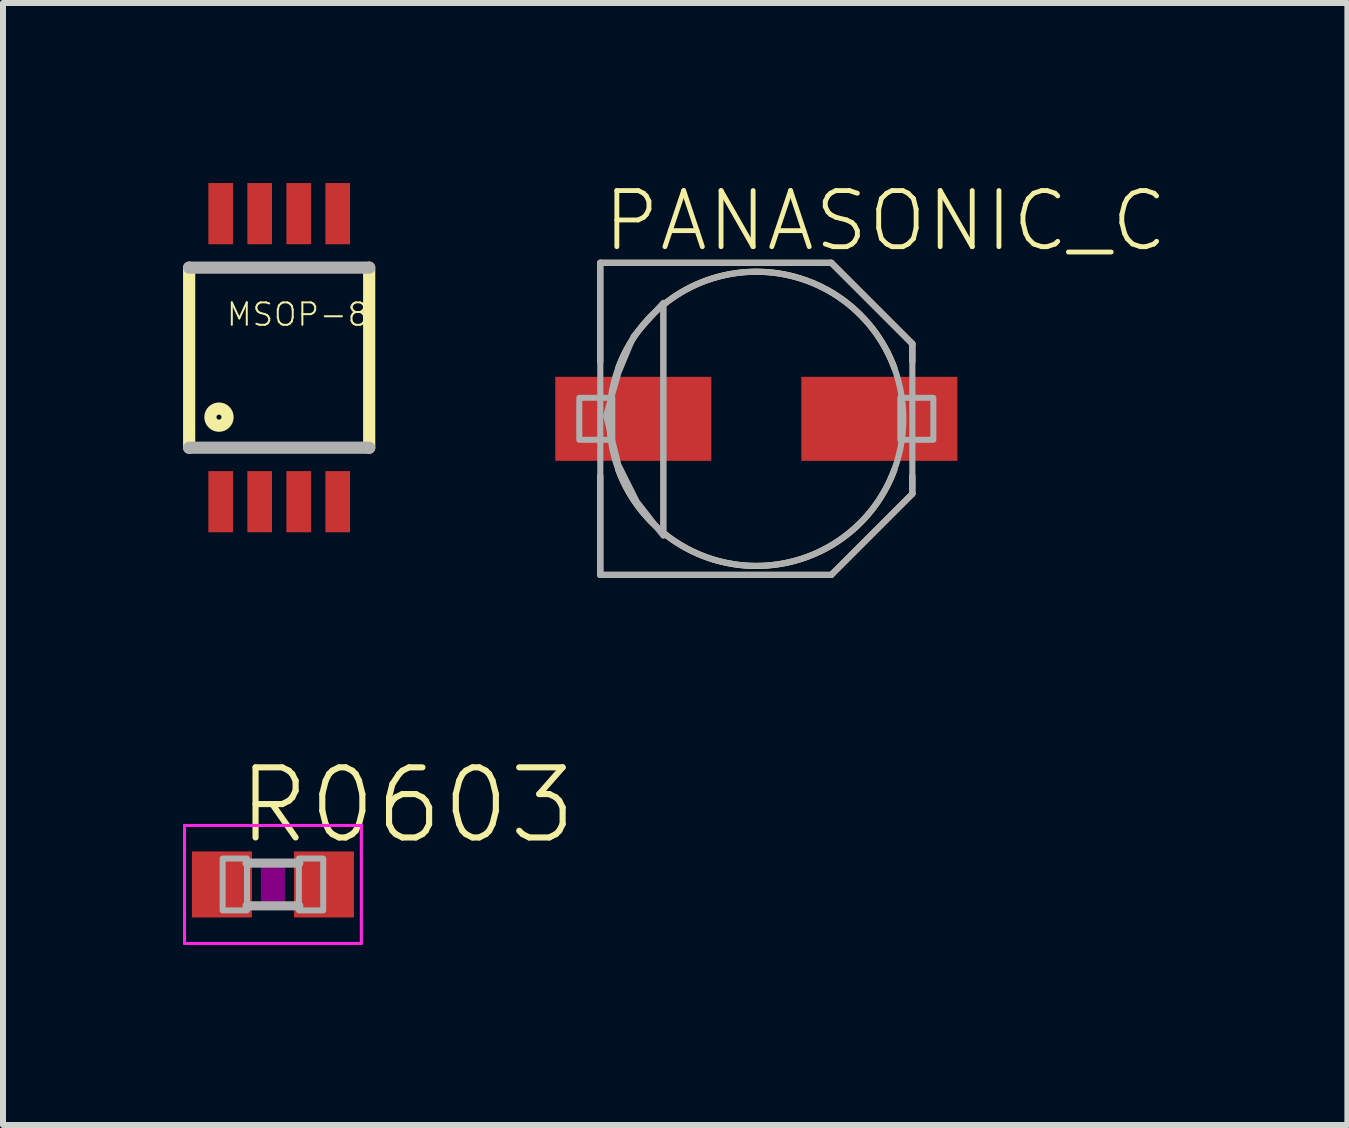
<source format=kicad_pcb>
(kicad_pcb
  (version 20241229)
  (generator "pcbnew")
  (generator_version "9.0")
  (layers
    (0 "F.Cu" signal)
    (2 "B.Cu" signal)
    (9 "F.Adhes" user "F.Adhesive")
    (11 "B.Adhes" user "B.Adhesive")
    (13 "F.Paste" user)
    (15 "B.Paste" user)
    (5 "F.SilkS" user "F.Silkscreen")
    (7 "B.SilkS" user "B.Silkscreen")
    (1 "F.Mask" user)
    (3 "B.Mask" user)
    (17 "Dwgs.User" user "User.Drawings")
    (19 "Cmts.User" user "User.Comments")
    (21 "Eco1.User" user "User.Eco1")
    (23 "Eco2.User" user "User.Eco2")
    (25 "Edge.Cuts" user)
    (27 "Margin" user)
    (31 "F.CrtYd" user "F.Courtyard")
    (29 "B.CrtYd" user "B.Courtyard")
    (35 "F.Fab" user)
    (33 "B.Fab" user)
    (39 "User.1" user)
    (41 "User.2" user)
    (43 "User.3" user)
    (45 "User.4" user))
  (footprint "PANASONIC_C"
    (layer "F.Cu")
    (at 9.553 3.929)
    (property "Reference" "PANASONIC_C" (at -2.6 -2.75 0) (layer "F.SilkS") (effects (font (size 0.935 0.935) (thickness 0.081)) (justify left bottom)))
    (fp_line (start -2.6 -2.6) (end 1.25 -2.6) (stroke (width 0.102) (type solid)) (layer "F.SilkS"))
    (fp_line (start -2.6 -0.95) (end -2.6 -2.6) (stroke (width 0.102) (type solid)) (layer "F.SilkS"))
    (fp_line (start -2.6 2.6) (end -2.6 0.95) (stroke (width 0.102) (type solid)) (layer "F.SilkS"))
    (fp_line (start 1.25 -2.6) (end 2.6 -1.25) (stroke (width 0.102) (type solid)) (layer "F.SilkS"))
    (fp_line (start 1.25 2.6) (end -2.6 2.6) (stroke (width 0.102) (type solid)) (layer "F.SilkS"))
    (fp_line (start 2.6 -1.25) (end 2.6 -0.95) (stroke (width 0.102) (type solid)) (layer "F.SilkS"))
    (fp_line (start 2.6 0.95) (end 2.6 1.25) (stroke (width 0.102) (type solid)) (layer "F.SilkS"))
    (fp_line (start 2.6 1.25) (end 1.25 2.6) (stroke (width 0.102) (type solid)) (layer "F.SilkS"))
    (fp_arc (start -2.3 -0.85) (mid 0 -2.45204) (end 2.3 -0.85) (stroke (width 0.1016) (type solid)) (layer "F.SilkS"))
    (fp_arc (start 2.3 0.85) (mid 0 2.45204) (end -2.3 0.85) (stroke (width 0.1016) (type solid)) (layer "F.SilkS"))
    (fp_line (start -2.6 -2.6) (end 1.25 -2.6) (stroke (width 0.102) (type solid)) (layer "F.Fab"))
    (fp_line (start -2.6 2.6) (end -2.6 -2.6) (stroke (width 0.102) (type solid)) (layer "F.Fab"))
    (fp_line (start -1.55 -1.85) (end -1.55 1.85) (stroke (width 0.102) (type solid)) (layer "F.Fab"))
    (fp_line (start 1.25 -2.6) (end 2.6 -1.25) (stroke (width 0.102) (type solid)) (layer "F.Fab"))
    (fp_line (start 1.25 2.6) (end -2.6 2.6) (stroke (width 0.102) (type solid)) (layer "F.Fab"))
    (fp_line (start 2.6 -1.25) (end 2.6 1.25) (stroke (width 0.102) (type solid)) (layer "F.Fab"))
    (fp_line (start 2.6 1.25) (end 1.25 2.6) (stroke (width 0.102) (type solid)) (layer "F.Fab"))
    (fp_circle (center 0 0) (end 2.45 0) (stroke (width 0.102) (type solid)) (fill no) (layer "F.Fab"))
    (fp_poly (pts (xy -2.95 0.35) (xy -2.4 0.35) (xy -2.4 -0.35) (xy -2.95 -0.35)) (stroke (width 0.1) (type solid)) (fill no) (layer "F.Fab"))
    (fp_poly (pts (xy 2.4 0.35) (xy 2.95 0.35) (xy 2.95 -0.35) (xy 2.4 -0.35)) (stroke (width 0.1) (type solid)) (fill no) (layer "F.Fab"))
    (fp_poly (pts (xy -1.549 1.948) (xy -1.993 1.377) (xy -2.298 0.768) (xy -2.503 -0.051) (xy -2.298 -0.767) (xy -2.044 -1.377) (xy -1.549 -1.934)) (stroke (width 0.1) (type solid)) (fill no) (layer "F.Fab"))
    (pad "+" smd rect (at 2.05 0) (size 2.6 1.4) (layers "F.Cu" "F.Mask" "F.Paste"))
    (pad "-" smd rect (at -2.05 0) (size 2.6 1.4) (layers "F.Cu" "F.Mask" "F.Paste")))
  (footprint "MSOP-8"
    (layer "F.Cu")
    (at 1.602 2.91)
    (property "Reference" "MSOP-8" (at -0.9 -0.5 0) (layer "F.SilkS") (effects (font (size 0.374 0.374) (thickness 0.033)) (justify left bottom)))
    (fp_line (start -1.5 -1.5) (end -1.5 1.5) (stroke (width 0.203) (type solid)) (layer "F.SilkS"))
    (fp_line (start 1.5 1.5) (end 1.5 -1.5) (stroke (width 0.203) (type solid)) (layer "F.SilkS"))
    (fp_circle (center -1.003 0.991) (end -0.86 0.991) (stroke (width 0.203) (type solid)) (fill no) (layer "F.SilkS"))
    (fp_line (start -1.5 1.5) (end 1.5 1.5) (stroke (width 0.203) (type solid)) (layer "F.Fab"))
    (fp_line (start 1.5 -1.5) (end -1.5 -1.5) (stroke (width 0.203) (type solid)) (layer "F.Fab"))
    (pad "1" smd rect (at -0.975 2.4) (size 0.41 1.02) (layers "F.Cu" "F.Mask" "F.Paste"))
    (pad "2" smd rect (at -0.325 2.4) (size 0.41 1.02) (layers "F.Cu" "F.Mask" "F.Paste"))
    (pad "3" smd rect (at 0.325 2.4) (size 0.41 1.02) (layers "F.Cu" "F.Mask" "F.Paste"))
    (pad "4" smd rect (at 0.975 2.4) (size 0.41 1.02) (layers "F.Cu" "F.Mask" "F.Paste"))
    (pad "5" smd rect (at 0.975 -2.4) (size 0.41 1.02) (layers "F.Cu" "F.Mask" "F.Paste"))
    (pad "6" smd rect (at 0.325 -2.4) (size 0.41 1.02) (layers "F.Cu" "F.Mask" "F.Paste"))
    (pad "7" smd rect (at -0.325 -2.4) (size 0.41 1.02) (layers "F.Cu" "F.Mask" "F.Paste"))
    (pad "8" smd rect (at -0.975 -2.4) (size 0.41 1.02) (layers "F.Cu" "F.Mask" "F.Paste")))
  (footprint "R0603"
    (layer "F.Cu")
    (at 1.498 11.688)
    (property "Reference" "R0603" (at -0.635 -0.635 0) (layer "F.SilkS") (effects (font (size 1.168 1.168) (thickness 0.102)) (justify left bottom)))
    (fp_poly (pts (xy -0.2 0.4) (xy 0.2 0.4) (xy 0.2 -0.4) (xy -0.2 -0.4)) (stroke (width 0) (type solid)) (fill yes) (layer "F.Adhes"))
    (fp_line (start -1.473 -0.983) (end 1.473 -0.983) (stroke (width 0.051) (type solid)) (layer "F.CrtYd"))
    (fp_line (start -1.473 0.983) (end -1.473 -0.983) (stroke (width 0.051) (type solid)) (layer "F.CrtYd"))
    (fp_line (start 1.473 -0.983) (end 1.473 0.983) (stroke (width 0.051) (type solid)) (layer "F.CrtYd"))
    (fp_line (start 1.473 0.983) (end -1.473 0.983) (stroke (width 0.051) (type solid)) (layer "F.CrtYd"))
    (fp_line (start -0.432 0.356) (end 0.432 0.356) (stroke (width 0.152) (type solid)) (layer "F.Fab"))
    (fp_line (start 0.432 -0.356) (end -0.432 -0.356) (stroke (width 0.152) (type solid)) (layer "F.Fab"))
    (fp_poly (pts (xy -0.838 0.432) (xy -0.432 0.432) (xy -0.432 -0.432) (xy -0.838 -0.432)) (stroke (width 0.1) (type solid)) (fill no) (layer "F.Fab"))
    (fp_poly (pts (xy 0.432 0.432) (xy 0.838 0.432) (xy 0.838 -0.432) (xy 0.432 -0.432)) (stroke (width 0.1) (type solid)) (fill no) (layer "F.Fab"))
    (pad "1" smd rect (at -0.85 0) (size 1 1.1) (layers "F.Cu" "F.Mask" "F.Paste"))
    (pad "2" smd rect (at 0.85 0) (size 1 1.1) (layers "F.Cu" "F.Mask" "F.Paste")))
  (gr_rect
    (start -3 -3)
    (end 19.402 15.696)
    (stroke (width 0.1) (type default))
    (fill no)
    (layer "Edge.Cuts")))
</source>
